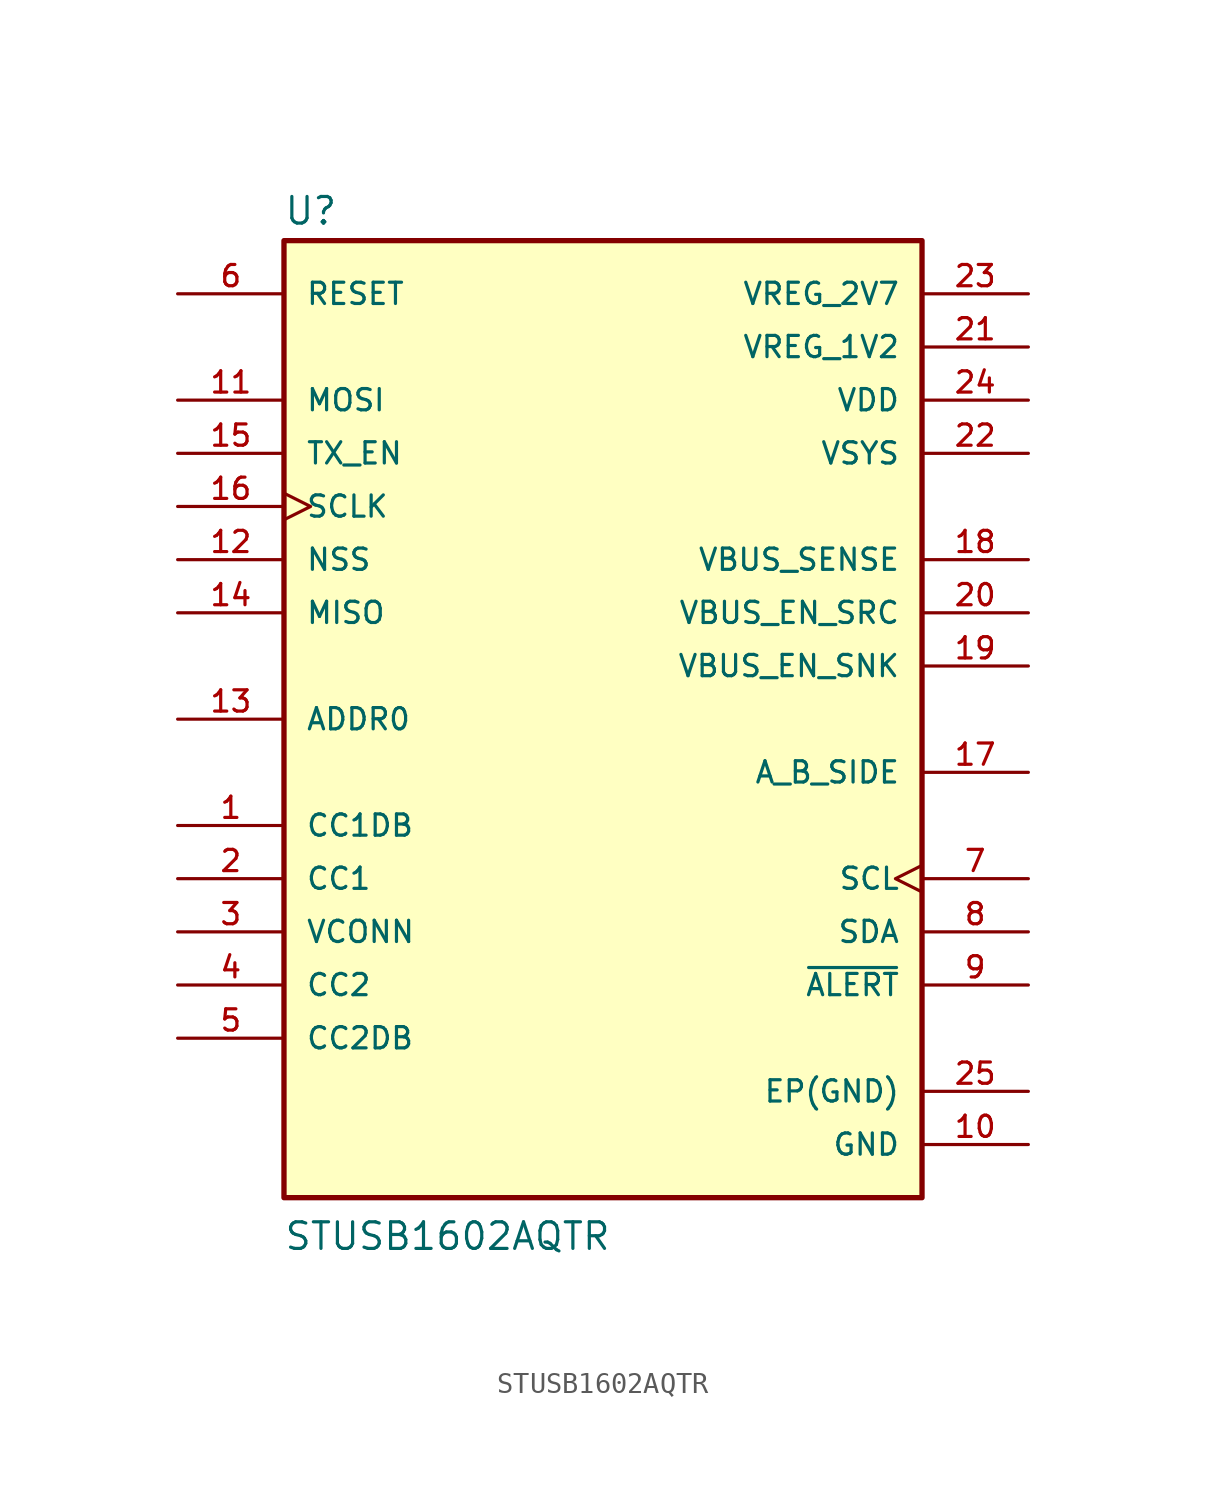
<source format=kicad_sym>
(kicad_symbol_lib
  (version 20211014)
  (generator kicad_symbol_editor)
  (symbol "STUSB1602AQTR"
    (pin_names
      (offset 1.016))
    (property "Reference" "U"
      (at -15.267 23.537 0)
      (effects (font (size 1.27 1.27)) (justify bottom left)))
    (property "Value" "STUSB1602AQTR"
      (at -15.267 -25.445 0)
      (effects (font (size 1.27 1.27)) (justify bottom left)))
    (symbol "STUSB1602AQTR_0_0"
      (rectangle (start -15.24 -22.86) (end 15.24 22.86) (stroke (width 0.254)) (fill (type background)))
      (pin power_in line (at -20.32 -10.16 0) (length 5.08) (name "VCONN" (effects (font (size 1.016 1.016)))) (number "3" (effects (font (size 1.016 1.016)))))
      (pin power_in line (at 20.32 -20.32 180.0) (length 5.08) (name "GND" (effects (font (size 1.016 1.016)))) (number "10" (effects (font (size 1.016 1.016)))))
      (pin input line (at -20.32 0.0 0) (length 5.08) (name "ADDR0" (effects (font (size 1.016 1.016)))) (number "13" (effects (font (size 1.016 1.016)))))
      (pin output line (at 20.32 -12.7 180.0) (length 5.08) (name "~{ALERT}" (effects (font (size 1.016 1.016)))) (number "9" (effects (font (size 1.016 1.016)))))
      (pin input line (at -20.32 20.32 0) (length 5.08) (name "RESET" (effects (font (size 1.016 1.016)))) (number "6" (effects (font (size 1.016 1.016)))))
      (pin input clock (at 20.32 -7.62 180.0) (length 5.08) (name "SCL" (effects (font (size 1.016 1.016)))) (number "7" (effects (font (size 1.016 1.016)))))
      (pin bidirectional line (at -20.32 -5.08 0) (length 5.08) (name "CC1DB" (effects (font (size 1.016 1.016)))) (number "1" (effects (font (size 1.016 1.016)))))
      (pin bidirectional line (at -20.32 -7.62 0) (length 5.08) (name "CC1" (effects (font (size 1.016 1.016)))) (number "2" (effects (font (size 1.016 1.016)))))
      (pin bidirectional line (at -20.32 -12.7 0) (length 5.08) (name "CC2" (effects (font (size 1.016 1.016)))) (number "4" (effects (font (size 1.016 1.016)))))
      (pin bidirectional line (at -20.32 -15.24 0) (length 5.08) (name "CC2DB" (effects (font (size 1.016 1.016)))) (number "5" (effects (font (size 1.016 1.016)))))
      (pin bidirectional line (at 20.32 -10.16 180.0) (length 5.08) (name "SDA" (effects (font (size 1.016 1.016)))) (number "8" (effects (font (size 1.016 1.016)))))
      (pin output line (at -20.32 15.24 0) (length 5.08) (name "MOSI" (effects (font (size 1.016 1.016)))) (number "11" (effects (font (size 1.016 1.016)))))
      (pin output line (at -20.32 7.62 0) (length 5.08) (name "NSS" (effects (font (size 1.016 1.016)))) (number "12" (effects (font (size 1.016 1.016)))))
      (pin input line (at -20.32 5.08 0) (length 5.08) (name "MISO" (effects (font (size 1.016 1.016)))) (number "14" (effects (font (size 1.016 1.016)))))
      (pin input line (at -20.32 12.7 0) (length 5.08) (name "TX_EN" (effects (font (size 1.016 1.016)))) (number "15" (effects (font (size 1.016 1.016)))))
      (pin output clock (at -20.32 10.16 0) (length 5.08) (name "SCLK" (effects (font (size 1.016 1.016)))) (number "16" (effects (font (size 1.016 1.016)))))
      (pin output line (at 20.32 -2.54 180.0) (length 5.08) (name "A_B_SIDE" (effects (font (size 1.016 1.016)))) (number "17" (effects (font (size 1.016 1.016)))))
      (pin input line (at 20.32 7.62 180.0) (length 5.08) (name "VBUS_SENSE" (effects (font (size 1.016 1.016)))) (number "18" (effects (font (size 1.016 1.016)))))
      (pin bidirectional line (at 20.32 2.54 180.0) (length 5.08) (name "VBUS_EN_SNK" (effects (font (size 1.016 1.016)))) (number "19" (effects (font (size 1.016 1.016)))))
      (pin bidirectional line (at 20.32 5.08 180.0) (length 5.08) (name "VBUS_EN_SRC" (effects (font (size 1.016 1.016)))) (number "20" (effects (font (size 1.016 1.016)))))
      (pin power_in line (at 20.32 17.78 180.0) (length 5.08) (name "VREG_1V2" (effects (font (size 1.016 1.016)))) (number "21" (effects (font (size 1.016 1.016)))))
      (pin power_in line (at 20.32 12.7 180.0) (length 5.08) (name "VSYS" (effects (font (size 1.016 1.016)))) (number "22" (effects (font (size 1.016 1.016)))))
      (pin power_in line (at 20.32 20.32 180.0) (length 5.08) (name "VREG_2V7" (effects (font (size 1.016 1.016)))) (number "23" (effects (font (size 1.016 1.016)))))
      (pin power_in line (at 20.32 -17.78 180.0) (length 5.08) (name "EP(GND)" (effects (font (size 1.016 1.016)))) (number "25" (effects (font (size 1.016 1.016)))))
      (pin power_in line (at 20.32 15.24 180.0) (length 5.08) (name "VDD" (effects (font (size 1.016 1.016)))) (number "24" (effects (font (size 1.016 1.016))))))))
</source>
